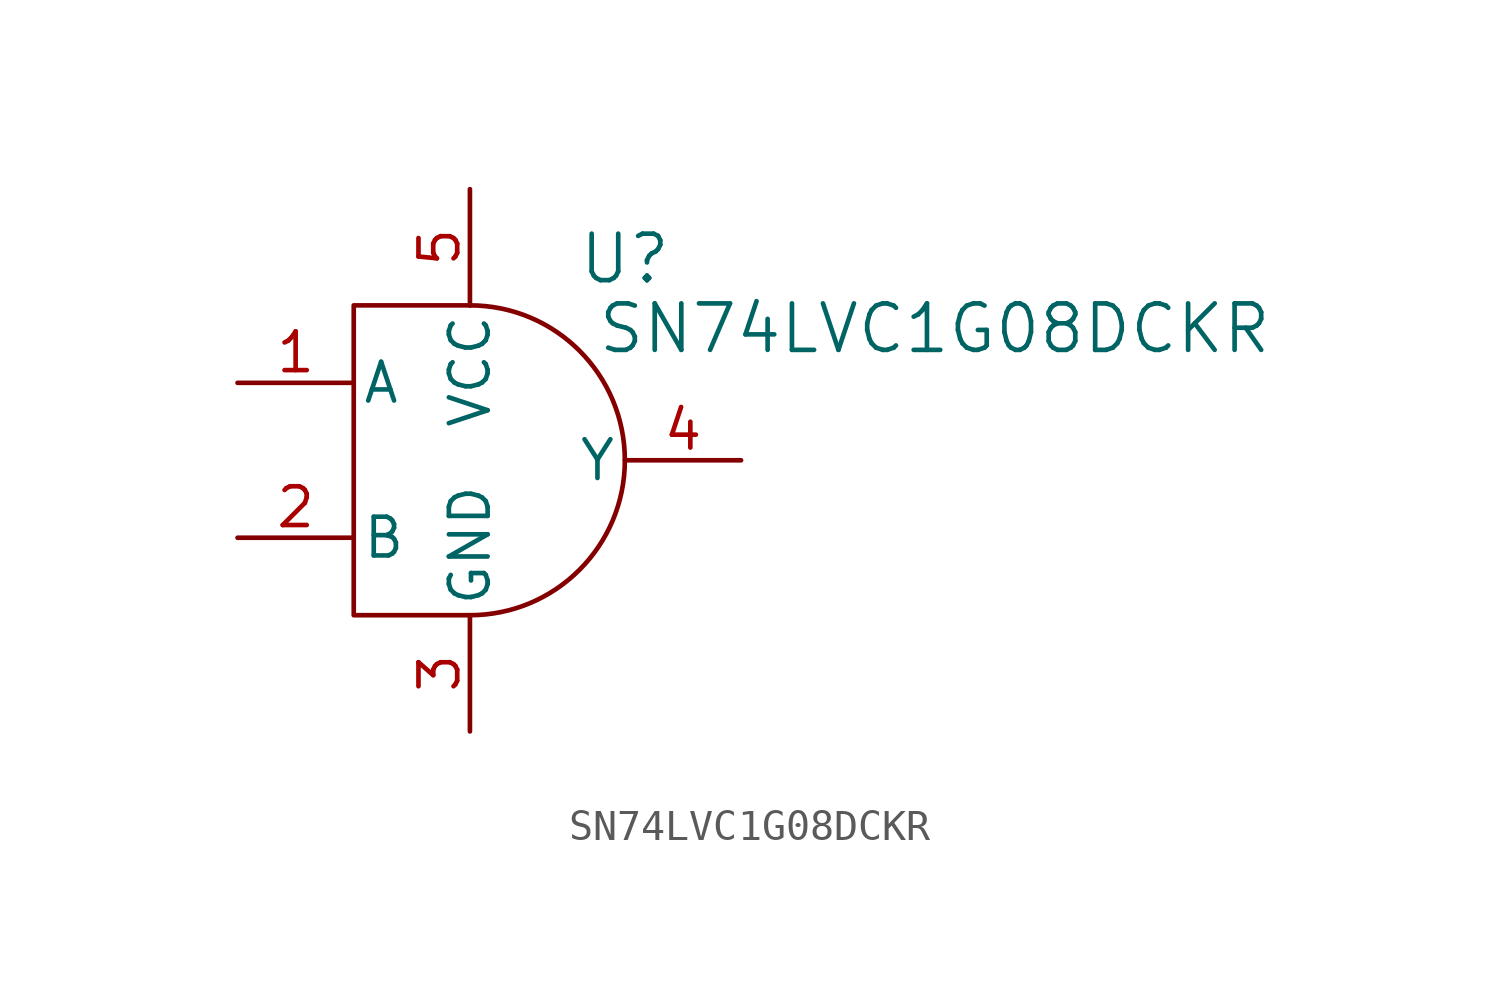
<source format=kicad_sym>
(kicad_symbol_lib
  (version 20231120)
  (generator "kicad_symbol_editor")
  (generator_version "8.0")
  (symbol "SN74LVC1G08DCKR"
    (pin_names
      (offset 0.254))
    (property "Reference" "U"
      (at 5.08 6.604 0)
      (effects (font (size 1.524 1.524))))
    (property "Value" "SN74LVC1G08DCKR"
      (at 15.24 4.318 0)
      (effects (font (size 1.524 1.524))))
    (property "ki_locked" ""
      (at 0 0 0)
      (effects (font (size 1.27 1.27))))
    (symbol "SN74LVC1G08DCKR_0_1"
      (arc (start 0 -5.08) (mid 5.08 0) (end 0 5.08) (stroke (width 0) (type default)) (fill (type none)))
      (polyline (pts (xy 0 5.08) (xy -3.81 5.08) (xy -3.81 -5.08) (xy 0 -5.08)) (stroke (width 0) (type default)) (fill (type none)))
      (pin input line (at -7.62 2.54 0) (length 3.81) (name "A" (effects (font (size 1.27 1.27)))) (number "1" (effects (font (size 1.27 1.27)))))
      (pin input line (at -7.62 -2.54 0) (length 3.81) (name "B" (effects (font (size 1.27 1.27)))) (number "2" (effects (font (size 1.27 1.27)))))
      (pin power_in line (at 0 -8.89 90) (length 3.81) (name "GND" (effects (font (size 1.27 1.27)))) (number "3" (effects (font (size 1.27 1.27)))))
      (pin output line (at 8.89 0 180) (length 3.81) (name "Y" (effects (font (size 1.27 1.27)))) (number "4" (effects (font (size 1.27 1.27)))))
      (pin power_in line (at 0 8.89 270) (length 3.81) (name "VCC" (effects (font (size 1.27 1.27)))) (number "5" (effects (font (size 1.27 1.27))))))))
</source>
